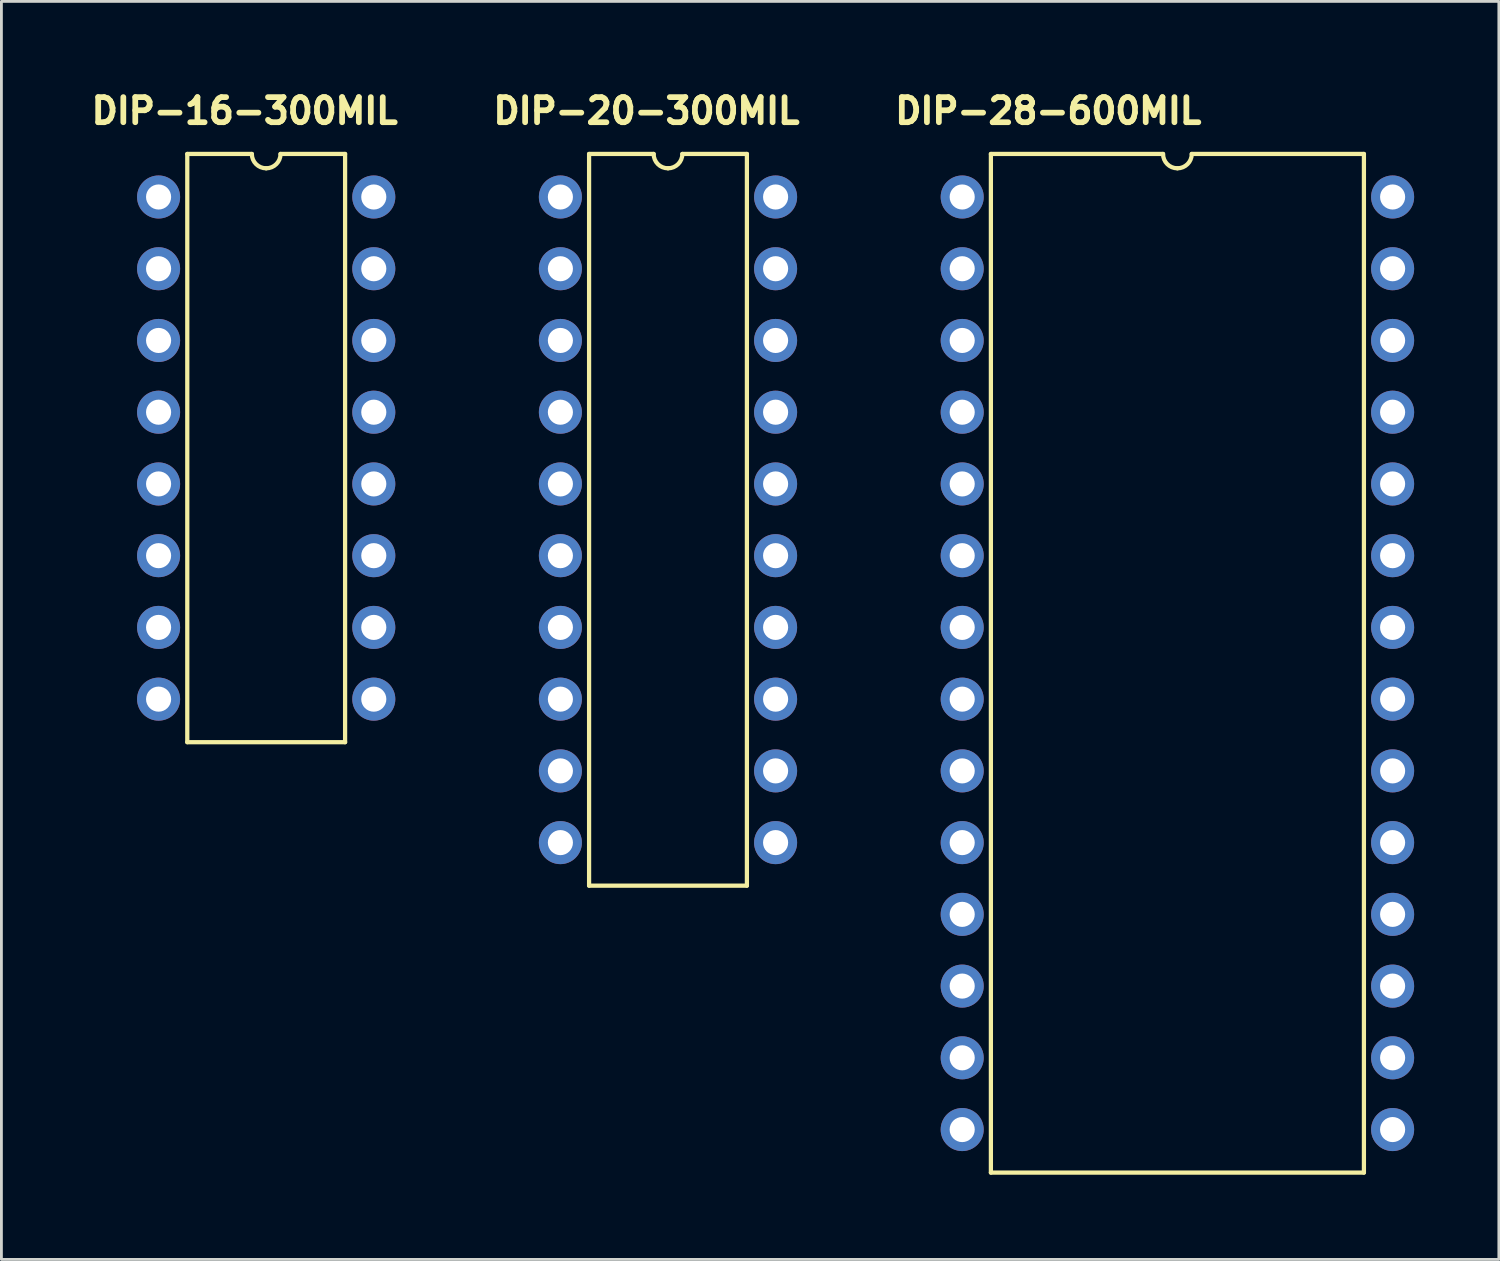
<source format=kicad_pcb>
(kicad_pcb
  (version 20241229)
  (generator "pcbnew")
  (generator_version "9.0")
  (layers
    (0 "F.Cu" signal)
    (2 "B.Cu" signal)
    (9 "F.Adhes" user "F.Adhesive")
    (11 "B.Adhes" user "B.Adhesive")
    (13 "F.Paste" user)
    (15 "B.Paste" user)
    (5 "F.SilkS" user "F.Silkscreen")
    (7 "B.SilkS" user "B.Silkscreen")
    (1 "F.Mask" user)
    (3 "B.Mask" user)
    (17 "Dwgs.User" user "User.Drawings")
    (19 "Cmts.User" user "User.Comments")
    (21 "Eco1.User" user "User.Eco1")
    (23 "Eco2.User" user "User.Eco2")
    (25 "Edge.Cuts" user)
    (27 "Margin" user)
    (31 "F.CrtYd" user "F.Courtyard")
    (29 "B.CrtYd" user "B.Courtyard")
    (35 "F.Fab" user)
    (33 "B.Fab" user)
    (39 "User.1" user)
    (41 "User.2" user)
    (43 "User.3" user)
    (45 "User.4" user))
  (footprint "DIP-20-300MIL"
    (layer "F.Cu")
    (at 16.792 3.925)
    (property "Reference" "DIP-20-300MIL" (at 3.048 -3.048 0) (layer "F.SilkS") (effects (font (size 0.889 0.889) (thickness 0.203))))
    (attr through_hole)
    (fp_line (start 1.016 -1.524) (end 1.016 24.384) (stroke (width 0.15) (type solid)) (layer "F.SilkS"))
    (fp_line (start 1.016 24.384) (end 6.604 24.384) (stroke (width 0.15) (type solid)) (layer "F.SilkS"))
    (fp_line (start 3.302 -1.524) (end 1.016 -1.524) (stroke (width 0.15) (type solid)) (layer "F.SilkS"))
    (fp_line (start 4.318 -1.524) (end 6.604 -1.524) (stroke (width 0.15) (type solid)) (layer "F.SilkS"))
    (fp_line (start 6.604 24.384) (end 6.604 -1.524) (stroke (width 0.15) (type solid)) (layer "F.SilkS"))
    (fp_arc (start 3.81 -1.016) (mid 3.45079 -1.16479) (end 3.302 -1.524) (stroke (width 0.15) (type solid)) (layer "F.SilkS"))
    (fp_arc (start 4.318 -1.524) (mid 4.16921 -1.16479) (end 3.81 -1.016) (stroke (width 0.15) (type solid)) (layer "F.SilkS"))
    (pad "1" thru_hole circle (at 0 0) (size 1.524 1.524) (drill 0.889) (layers "*.Cu" "*.Mask"))
    (pad "2" thru_hole circle (at 0 2.54) (size 1.524 1.524) (drill 0.889) (layers "*.Cu" "*.Mask"))
    (pad "3" thru_hole circle (at 0 5.08) (size 1.524 1.524) (drill 0.889) (layers "*.Cu" "*.Mask"))
    (pad "4" thru_hole circle (at 0 7.62) (size 1.524 1.524) (drill 0.889) (layers "*.Cu" "*.Mask"))
    (pad "5" thru_hole circle (at 0 10.16) (size 1.524 1.524) (drill 0.889) (layers "*.Cu" "*.Mask"))
    (pad "6" thru_hole circle (at 0 12.7) (size 1.524 1.524) (drill 0.889) (layers "*.Cu" "*.Mask"))
    (pad "7" thru_hole circle (at 0 15.24) (size 1.524 1.524) (drill 0.889) (layers "*.Cu" "*.Mask"))
    (pad "8" thru_hole circle (at 0 17.78) (size 1.524 1.524) (drill 0.889) (layers "*.Cu" "*.Mask"))
    (pad "9" thru_hole circle (at 0 20.32) (size 1.524 1.524) (drill 0.889) (layers "*.Cu" "*.Mask"))
    (pad "10" thru_hole circle (at 0 22.86) (size 1.524 1.524) (drill 0.889) (layers "*.Cu" "*.Mask"))
    (pad "11" thru_hole circle (at 7.62 22.86) (size 1.524 1.524) (drill 0.889) (layers "*.Cu" "*.Mask"))
    (pad "12" thru_hole circle (at 7.62 20.32) (size 1.524 1.524) (drill 0.889) (layers "*.Cu" "*.Mask"))
    (pad "13" thru_hole circle (at 7.62 17.78) (size 1.524 1.524) (drill 0.889) (layers "*.Cu" "*.Mask"))
    (pad "14" thru_hole circle (at 7.62 15.24) (size 1.524 1.524) (drill 0.889) (layers "*.Cu" "*.Mask"))
    (pad "15" thru_hole circle (at 7.62 12.7) (size 1.524 1.524) (drill 0.889) (layers "*.Cu" "*.Mask"))
    (pad "16" thru_hole circle (at 7.62 10.16) (size 1.524 1.524) (drill 0.889) (layers "*.Cu" "*.Mask"))
    (pad "17" thru_hole circle (at 7.62 7.62) (size 1.524 1.524) (drill 0.889) (layers "*.Cu" "*.Mask"))
    (pad "18" thru_hole circle (at 7.62 5.08) (size 1.524 1.524) (drill 0.889) (layers "*.Cu" "*.Mask"))
    (pad "19" thru_hole circle (at 7.62 2.54) (size 1.524 1.524) (drill 0.889) (layers "*.Cu" "*.Mask"))
    (pad "20" thru_hole circle (at 7.62 0) (size 1.524 1.524) (drill 0.889) (layers "*.Cu" "*.Mask")))
  (footprint "DIP-28-600MIL"
    (layer "F.Cu")
    (at 31.019 3.925)
    (property "Reference" "DIP-28-600MIL" (at 3.048 -3.048 0) (layer "F.SilkS") (effects (font (size 0.889 0.889) (thickness 0.203))))
    (attr through_hole)
    (fp_line (start 1.016 -1.524) (end 1.016 34.544) (stroke (width 0.15) (type solid)) (layer "F.SilkS"))
    (fp_line (start 1.016 34.544) (end 14.224 34.544) (stroke (width 0.15) (type solid)) (layer "F.SilkS"))
    (fp_line (start 7.112 -1.524) (end 1.016 -1.524) (stroke (width 0.15) (type solid)) (layer "F.SilkS"))
    (fp_line (start 8.128 -1.524) (end 14.224 -1.524) (stroke (width 0.15) (type solid)) (layer "F.SilkS"))
    (fp_line (start 14.224 34.544) (end 14.224 -1.524) (stroke (width 0.15) (type solid)) (layer "F.SilkS"))
    (fp_arc (start 7.62 -1.016) (mid 7.26079 -1.16479) (end 7.112 -1.524) (stroke (width 0.15) (type solid)) (layer "F.SilkS"))
    (fp_arc (start 8.128 -1.524) (mid 7.97921 -1.16479) (end 7.62 -1.016) (stroke (width 0.15) (type solid)) (layer "F.SilkS"))
    (pad "1" thru_hole circle (at 0 0) (size 1.524 1.524) (drill 0.889) (layers "*.Cu" "*.Mask"))
    (pad "2" thru_hole circle (at 0 2.54) (size 1.524 1.524) (drill 0.889) (layers "*.Cu" "*.Mask"))
    (pad "3" thru_hole circle (at 0 5.08) (size 1.524 1.524) (drill 0.889) (layers "*.Cu" "*.Mask"))
    (pad "4" thru_hole circle (at 0 7.62) (size 1.524 1.524) (drill 0.889) (layers "*.Cu" "*.Mask"))
    (pad "5" thru_hole circle (at 0 10.16) (size 1.524 1.524) (drill 0.889) (layers "*.Cu" "*.Mask"))
    (pad "6" thru_hole circle (at 0 12.7) (size 1.524 1.524) (drill 0.889) (layers "*.Cu" "*.Mask"))
    (pad "7" thru_hole circle (at 0 15.24) (size 1.524 1.524) (drill 0.889) (layers "*.Cu" "*.Mask"))
    (pad "8" thru_hole circle (at 0 17.78) (size 1.524 1.524) (drill 0.889) (layers "*.Cu" "*.Mask"))
    (pad "9" thru_hole circle (at 0 20.32) (size 1.524 1.524) (drill 0.889) (layers "*.Cu" "*.Mask"))
    (pad "10" thru_hole circle (at 0 22.86) (size 1.524 1.524) (drill 0.889) (layers "*.Cu" "*.Mask"))
    (pad "11" thru_hole circle (at 0 25.4) (size 1.524 1.524) (drill 0.889) (layers "*.Cu" "*.Mask"))
    (pad "12" thru_hole circle (at 0 27.94) (size 1.524 1.524) (drill 0.889) (layers "*.Cu" "*.Mask"))
    (pad "13" thru_hole circle (at 0 30.48) (size 1.524 1.524) (drill 0.889) (layers "*.Cu" "*.Mask"))
    (pad "14" thru_hole circle (at 0 33.02) (size 1.524 1.524) (drill 0.889) (layers "*.Cu" "*.Mask"))
    (pad "15" thru_hole circle (at 15.24 33.02) (size 1.524 1.524) (drill 0.889) (layers "*.Cu" "*.Mask"))
    (pad "16" thru_hole circle (at 15.24 30.48) (size 1.524 1.524) (drill 0.889) (layers "*.Cu" "*.Mask"))
    (pad "17" thru_hole circle (at 15.24 27.94) (size 1.524 1.524) (drill 0.889) (layers "*.Cu" "*.Mask"))
    (pad "18" thru_hole circle (at 15.24 25.4) (size 1.524 1.524) (drill 0.889) (layers "*.Cu" "*.Mask"))
    (pad "19" thru_hole circle (at 15.24 22.86) (size 1.524 1.524) (drill 0.889) (layers "*.Cu" "*.Mask"))
    (pad "20" thru_hole circle (at 15.24 20.32) (size 1.524 1.524) (drill 0.889) (layers "*.Cu" "*.Mask"))
    (pad "21" thru_hole circle (at 15.24 17.78) (size 1.524 1.524) (drill 0.889) (layers "*.Cu" "*.Mask"))
    (pad "22" thru_hole circle (at 15.24 15.24) (size 1.524 1.524) (drill 0.889) (layers "*.Cu" "*.Mask"))
    (pad "23" thru_hole circle (at 15.24 12.7) (size 1.524 1.524) (drill 0.889) (layers "*.Cu" "*.Mask"))
    (pad "24" thru_hole circle (at 15.24 10.16) (size 1.524 1.524) (drill 0.889) (layers "*.Cu" "*.Mask"))
    (pad "25" thru_hole circle (at 15.24 7.62) (size 1.524 1.524) (drill 0.889) (layers "*.Cu" "*.Mask"))
    (pad "26" thru_hole circle (at 15.24 5.08) (size 1.524 1.524) (drill 0.889) (layers "*.Cu" "*.Mask"))
    (pad "27" thru_hole circle (at 15.24 2.54) (size 1.524 1.524) (drill 0.889) (layers "*.Cu" "*.Mask"))
    (pad "28" thru_hole circle (at 15.24 0) (size 1.524 1.524) (drill 0.889) (layers "*.Cu" "*.Mask")))
  (footprint "DIP-16-300MIL"
    (layer "F.Cu")
    (at 2.565 3.925)
    (property "Reference" "DIP-16-300MIL" (at 3.048 -3.048 0) (layer "F.SilkS") (effects (font (size 0.889 0.889) (thickness 0.203))))
    (attr through_hole)
    (fp_line (start 1.016 -1.524) (end 1.016 19.304) (stroke (width 0.15) (type solid)) (layer "F.SilkS"))
    (fp_line (start 1.016 19.304) (end 6.604 19.304) (stroke (width 0.15) (type solid)) (layer "F.SilkS"))
    (fp_line (start 3.302 -1.524) (end 1.016 -1.524) (stroke (width 0.15) (type solid)) (layer "F.SilkS"))
    (fp_line (start 4.318 -1.524) (end 6.604 -1.524) (stroke (width 0.15) (type solid)) (layer "F.SilkS"))
    (fp_line (start 6.604 19.304) (end 6.604 -1.524) (stroke (width 0.15) (type solid)) (layer "F.SilkS"))
    (fp_arc (start 3.81 -1.016) (mid 3.45079 -1.16479) (end 3.302 -1.524) (stroke (width 0.15) (type solid)) (layer "F.SilkS"))
    (fp_arc (start 4.318 -1.524) (mid 4.16921 -1.16479) (end 3.81 -1.016) (stroke (width 0.15) (type solid)) (layer "F.SilkS"))
    (pad "1" thru_hole circle (at 0 0) (size 1.524 1.524) (drill 0.889) (layers "*.Cu" "*.Mask"))
    (pad "2" thru_hole circle (at 0 2.54) (size 1.524 1.524) (drill 0.889) (layers "*.Cu" "*.Mask"))
    (pad "3" thru_hole circle (at 0 5.08) (size 1.524 1.524) (drill 0.889) (layers "*.Cu" "*.Mask"))
    (pad "4" thru_hole circle (at 0 7.62) (size 1.524 1.524) (drill 0.889) (layers "*.Cu" "*.Mask"))
    (pad "5" thru_hole circle (at 0 10.16) (size 1.524 1.524) (drill 0.889) (layers "*.Cu" "*.Mask"))
    (pad "6" thru_hole circle (at 0 12.7) (size 1.524 1.524) (drill 0.889) (layers "*.Cu" "*.Mask"))
    (pad "7" thru_hole circle (at 0 15.24) (size 1.524 1.524) (drill 0.889) (layers "*.Cu" "*.Mask"))
    (pad "8" thru_hole circle (at 0 17.78) (size 1.524 1.524) (drill 0.889) (layers "*.Cu" "*.Mask"))
    (pad "9" thru_hole circle (at 7.62 17.78) (size 1.524 1.524) (drill 0.889) (layers "*.Cu" "*.Mask"))
    (pad "10" thru_hole circle (at 7.62 15.24) (size 1.524 1.524) (drill 0.889) (layers "*.Cu" "*.Mask"))
    (pad "11" thru_hole circle (at 7.62 12.7) (size 1.524 1.524) (drill 0.889) (layers "*.Cu" "*.Mask"))
    (pad "12" thru_hole circle (at 7.62 10.16) (size 1.524 1.524) (drill 0.889) (layers "*.Cu" "*.Mask"))
    (pad "13" thru_hole circle (at 7.62 7.62) (size 1.524 1.524) (drill 0.889) (layers "*.Cu" "*.Mask"))
    (pad "14" thru_hole circle (at 7.62 5.08) (size 1.524 1.524) (drill 0.889) (layers "*.Cu" "*.Mask"))
    (pad "15" thru_hole circle (at 7.62 2.54) (size 1.524 1.524) (drill 0.889) (layers "*.Cu" "*.Mask"))
    (pad "16" thru_hole circle (at 7.62 0) (size 1.524 1.524) (drill 0.889) (layers "*.Cu" "*.Mask")))
  (gr_rect
    (start -3 -3)
    (end 50.021 41.544)
    (stroke (width 0.1) (type default))
    (fill no)
    (layer "Edge.Cuts")))
</source>
